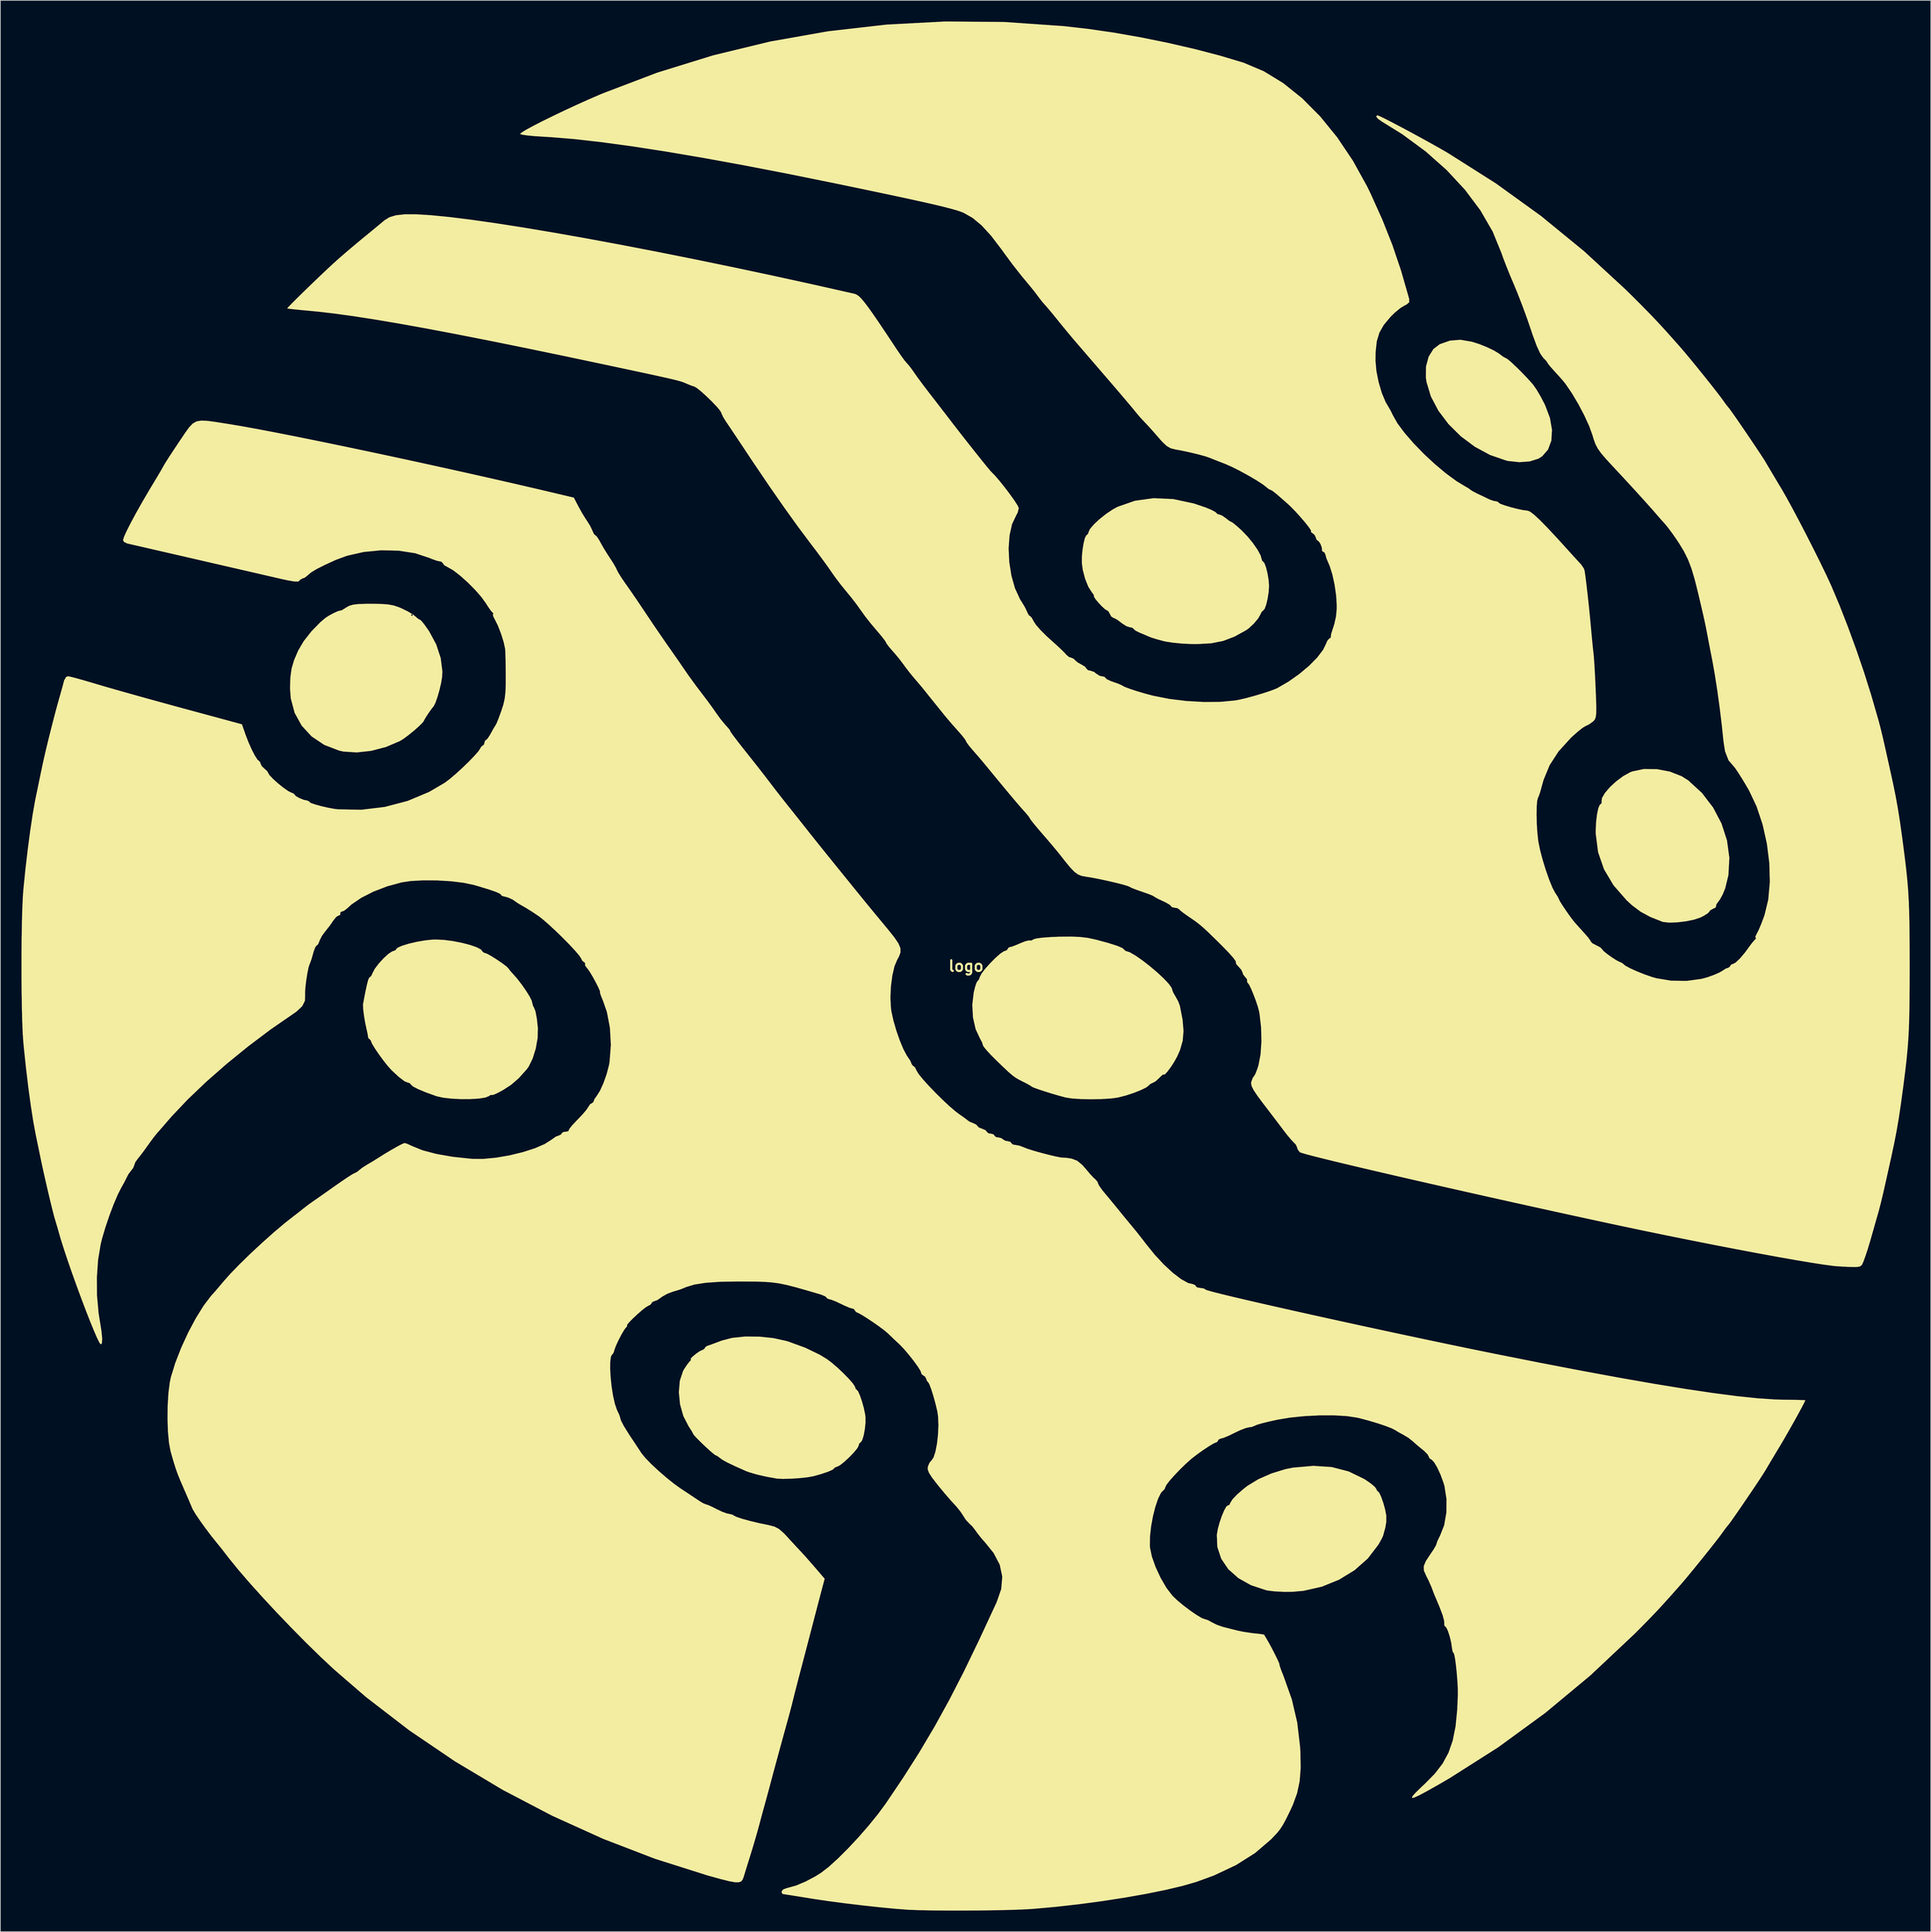
<source format=kicad_pcb>
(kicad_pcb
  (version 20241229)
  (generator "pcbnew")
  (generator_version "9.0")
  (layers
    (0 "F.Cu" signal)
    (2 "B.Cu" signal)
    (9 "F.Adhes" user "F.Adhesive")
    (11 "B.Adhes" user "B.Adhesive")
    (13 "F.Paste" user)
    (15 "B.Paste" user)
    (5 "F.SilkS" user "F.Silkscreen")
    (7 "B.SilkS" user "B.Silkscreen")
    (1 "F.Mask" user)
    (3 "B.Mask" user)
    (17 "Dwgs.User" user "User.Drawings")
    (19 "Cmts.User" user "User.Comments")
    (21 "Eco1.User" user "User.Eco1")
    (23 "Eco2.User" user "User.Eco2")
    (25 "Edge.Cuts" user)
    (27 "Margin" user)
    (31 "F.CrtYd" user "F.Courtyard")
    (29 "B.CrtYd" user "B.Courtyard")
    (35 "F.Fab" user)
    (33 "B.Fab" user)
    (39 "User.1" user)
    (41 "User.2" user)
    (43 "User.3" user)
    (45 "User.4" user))
  (footprint "logo"
    (layer "F.Cu")
    (at 134.215 134.192)
    (property "Reference" "logo" (at 0 0 0) (layer "F.SilkS") (effects (font (size 1.524 1.524) (thickness 0.3))))
    (attr through_hole)
    (fp_poly (pts (xy 71.875 -88.692) (xy 72.922 -88.358) (xy 74.007 -87.923) (xy 74.986 -87.456) (xy 75.674 -87.045) (xy 75.753 -86.985) (xy 76.302 -86.573) (xy 76.678 -86.366) (xy 76.714 -86.36) (xy 77 -86.179) (xy 77.552 -85.701) (xy 78.273 -85.02) (xy 79.065 -84.23) (xy 79.831 -83.428) (xy 80.475 -82.707) (xy 80.567 -82.597) (xy 81.052 -81.904) (xy 81.635 -80.918) (xy 82.201 -79.835) (xy 82.275 -79.68) (xy 82.959 -77.864) (xy 83.251 -76.168) (xy 83.16 -74.655) (xy 82.694 -73.387) (xy 81.861 -72.425) (xy 81.326 -72.088) (xy 80.1 -71.702) (xy 78.605 -71.588) (xy 77.034 -71.757) (xy 76.724 -71.827) (xy 74.452 -72.612) (xy 72.287 -73.783) (xy 70.297 -75.268) (xy 68.549 -76.999) (xy 67.11 -78.907) (xy 66.048 -80.92) (xy 65.429 -82.971) (xy 65.338 -83.604) (xy 65.357 -85.181) (xy 65.728 -86.567) (xy 66.411 -87.662) (xy 67.305 -88.341) (xy 68.762 -88.853) (xy 70.241 -88.97) (xy 71.875 -88.692)) (stroke (width 0.01) (type solid)) (fill yes) (layer "F.SilkS"))
    (fp_poly (pts (xy 98.146 -27.98) (xy 99.997 -27.627) (xy 101.683 -26.966) (xy 102.613 -26.38) (xy 104.564 -24.587) (xy 106.149 -22.517) (xy 107.342 -20.242) (xy 108.118 -17.837) (xy 108.452 -15.376) (xy 108.318 -12.932) (xy 107.864 -11.06) (xy 107.505 -10.18) (xy 107.096 -9.438) (xy 106.918 -9.204) (xy 106.599 -8.757) (xy 106.564 -8.494) (xy 106.477 -8.306) (xy 106.165 -8.161) (xy 105.723 -7.924) (xy 105.611 -7.742) (xy 105.389 -7.502) (xy 104.82 -7.148) (xy 104.341 -6.906) (xy 103.431 -6.599) (xy 102.259 -6.362) (xy 101.012 -6.215) (xy 99.873 -6.18) (xy 99.029 -6.276) (xy 98.926 -6.307) (xy 97.226 -6.985) (xy 95.865 -7.718) (xy 94.651 -8.624) (xy 93.852 -9.358) (xy 91.991 -11.491) (xy 90.644 -13.762) (xy 89.807 -16.182) (xy 89.476 -18.76) (xy 89.471 -19.384) (xy 89.53 -20.548) (xy 89.662 -21.606) (xy 89.842 -22.437) (xy 90.048 -22.92) (xy 90.161 -22.994) (xy 90.323 -23.186) (xy 90.297 -23.328) (xy 90.36 -23.879) (xy 90.791 -24.611) (xy 91.498 -25.433) (xy 92.389 -26.254) (xy 93.372 -26.983) (xy 94.354 -27.528) (xy 94.653 -27.648) (xy 96.306 -27.996) (xy 98.146 -27.98)) (stroke (width 0.01) (type solid)) (fill yes) (layer "F.SilkS"))
    (fp_poly (pts (xy 51.972 71.171) (xy 54.364 71.792) (xy 56.572 72.864) (xy 56.737 72.966) (xy 57.511 73.499) (xy 58.064 73.966) (xy 58.275 74.262) (xy 58.422 74.573) (xy 58.501 74.596) (xy 58.716 74.832) (xy 58.994 75.439) (xy 59.284 76.266) (xy 59.534 77.164) (xy 59.692 77.98) (xy 59.703 78.072) (xy 59.702 78.98) (xy 59.562 79.809) (xy 59.374 80.462) (xy 59.265 80.883) (xy 59.101 81.261) (xy 58.752 81.899) (xy 58.561 82.22) (xy 57.086 84.147) (xy 55.208 85.807) (xy 53.007 87.156) (xy 50.567 88.149) (xy 47.971 88.74) (xy 46.415 88.881) (xy 45.132 88.889) (xy 43.873 88.825) (xy 42.861 88.703) (xy 42.645 88.659) (xy 40.489 87.946) (xy 38.681 86.933) (xy 37.256 85.662) (xy 36.251 84.172) (xy 35.701 82.504) (xy 35.634 80.78) (xy 35.772 79.976) (xy 36.023 79.052) (xy 36.339 78.13) (xy 36.672 77.334) (xy 36.976 76.785) (xy 37.203 76.607) (xy 37.234 76.627) (xy 37.417 76.536) (xy 37.554 76.237) (xy 37.886 75.718) (xy 38.57 75.007) (xy 39.506 74.202) (xy 39.972 73.844) (xy 41.527 72.894) (xy 43.399 72.072) (xy 45.372 71.465) (xy 46.452 71.249) (xy 49.35 70.993) (xy 51.972 71.171)) (stroke (width 0.01) (type solid)) (fill yes) (layer "F.SilkS"))
    (fp_poly (pts (xy -83.112 -51.448) (xy -82.106 -51.374) (xy -81.31 -51.222) (xy -80.559 -50.966) (xy -80.211 -50.819) (xy -79.325 -50.383) (xy -78.588 -49.94) (xy -78.262 -49.683) (xy -77.826 -49.313) (xy -77.577 -49.196) (xy -77.341 -48.988) (xy -76.907 -48.44) (xy -76.362 -47.662) (xy -76.271 -47.525) (xy -75.281 -45.68) (xy -74.647 -43.748) (xy -74.412 -41.876) (xy -74.448 -41.079) (xy -74.592 -40.21) (xy -74.831 -39.197) (xy -75.117 -38.203) (xy -75.403 -37.39) (xy -75.642 -36.92) (xy -75.663 -36.897) (xy -75.941 -36.554) (xy -76.333 -36.002) (xy -76.716 -35.424) (xy -76.965 -35.002) (xy -77.002 -34.908) (xy -77.198 -34.613) (xy -77.706 -34.104) (xy -78.406 -33.483) (xy -79.181 -32.85) (xy -79.91 -32.307) (xy -80.439 -31.975) (xy -82.428 -31.129) (xy -84.525 -30.582) (xy -86.584 -30.356) (xy -88.46 -30.476) (xy -89.062 -30.608) (xy -91.197 -31.43) (xy -92.988 -32.63) (xy -94.401 -34.163) (xy -95.401 -35.984) (xy -95.951 -38.049) (xy -96.051 -39.437) (xy -96.007 -40.996) (xy -95.833 -42.258) (xy -95.48 -43.456) (xy -94.898 -44.822) (xy -94.895 -44.827) (xy -94.112 -46.154) (xy -93.01 -47.557) (xy -91.742 -48.854) (xy -91.021 -49.463) (xy -90.529 -49.785) (xy -90.381 -49.864) (xy -78.874 -49.864) (xy -78.74 -49.731) (xy -78.606 -49.864) (xy -78.74 -49.998) (xy -78.874 -49.864) (xy -90.381 -49.864) (xy -89.905 -50.121) (xy -89.32 -50.39) (xy -88.944 -50.51) (xy -88.888 -50.491) (xy -88.687 -50.562) (xy -88.206 -50.854) (xy -88.086 -50.934) (xy -87.636 -51.183) (xy -87.091 -51.342) (xy -86.324 -51.43) (xy -85.212 -51.464) (xy -84.488 -51.467) (xy -83.112 -51.448)) (stroke (width 0.01) (type solid)) (fill yes) (layer "F.SilkS"))
    (fp_poly (pts (xy -29.389 52.637) (xy -27.369 52.85) (xy -25.503 53.263) (xy -25.253 53.34) (xy -22.834 54.222) (xy -20.802 55.205) (xy -19.785 55.821) (xy -19.091 56.338) (xy -18.275 57.041) (xy -17.439 57.83) (xy -16.68 58.606) (xy -16.1 59.269) (xy -15.797 59.722) (xy -15.775 59.808) (xy -15.645 60.13) (xy -15.563 60.158) (xy -15.351 60.395) (xy -15.076 61.011) (xy -14.785 61.86) (xy -14.525 62.798) (xy -14.343 63.68) (xy -14.299 64.024) (xy -14.291 64.847) (xy -14.383 65.773) (xy -14.545 66.648) (xy -14.747 67.32) (xy -14.96 67.637) (xy -14.995 67.644) (xy -15.209 67.863) (xy -15.24 68.067) (xy -15.429 68.457) (xy -15.915 69.057) (xy -16.573 69.744) (xy -17.278 70.397) (xy -17.907 70.896) (xy -18.335 71.118) (xy -18.364 71.12) (xy -18.687 71.243) (xy -18.716 71.322) (xy -18.96 71.537) (xy -19.627 71.83) (xy -20.618 72.163) (xy -21.711 72.468) (xy -22.538 72.615) (xy -23.666 72.735) (xy -24.892 72.815) (xy -26.013 72.843) (xy -26.824 72.805) (xy -26.871 72.799) (xy -28.335 72.539) (xy -29.727 72.221) (xy -30.862 71.887) (xy -31.282 71.726) (xy -32.796 71.051) (xy -33.873 70.538) (xy -34.575 70.157) (xy -34.965 69.876) (xy -34.978 69.864) (xy -35.377 69.567) (xy -35.538 69.516) (xy -35.804 69.344) (xy -36.328 68.901) (xy -36.993 68.296) (xy -37.683 67.638) (xy -38.283 67.038) (xy -38.677 66.605) (xy -38.768 66.459) (xy -38.905 66.179) (xy -39.249 65.628) (xy -39.421 65.37) (xy -40.17 63.912) (xy -40.636 62.251) (xy -40.806 60.536) (xy -40.669 58.913) (xy -40.212 57.53) (xy -40.08 57.292) (xy -39.641 56.627) (xy -39.273 56.166) (xy -39.184 56.085) (xy -39.055 55.905) (xy -39.123 55.884) (xy -39.118 55.751) (xy -38.81 55.436) (xy -38.343 55.054) (xy -37.859 54.72) (xy -37.5 54.548) (xy -37.46 54.543) (xy -37.178 54.377) (xy -37.164 54.307) (xy -36.946 54.041) (xy -36.696 53.928) (xy -36.198 53.756) (xy -35.403 53.462) (xy -34.758 53.215) (xy -33.245 52.817) (xy -31.402 52.625) (xy -29.389 52.637)) (stroke (width 0.01) (type solid)) (fill yes) (layer "F.SilkS"))
    (fp_poly (pts (xy 29.439 -66.341) (xy 32.357 -65.717) (xy 34.023 -65.156) (xy 34.828 -64.82) (xy 35.385 -64.53) (xy 35.56 -64.37) (xy 35.775 -64.186) (xy 35.92 -64.168) (xy 36.368 -64.005) (xy 36.897 -63.634) (xy 37.385 -63.255) (xy 37.688 -63.099) (xy 37.959 -62.93) (xy 38.496 -62.488) (xy 39.145 -61.905) (xy 39.988 -61.033) (xy 40.778 -60.065) (xy 41.43 -59.122) (xy 41.856 -58.329) (xy 41.977 -57.876) (xy 42.094 -57.526) (xy 42.189 -57.484) (xy 42.395 -57.244) (xy 42.622 -56.624) (xy 42.831 -55.776) (xy 42.985 -54.854) (xy 43.046 -54.008) (xy 43.046 -53.989) (xy 42.989 -53.121) (xy 42.843 -52.191) (xy 42.641 -51.348) (xy 42.422 -50.746) (xy 42.23 -50.533) (xy 41.986 -50.312) (xy 41.84 -49.989) (xy 41.501 -49.389) (xy 40.896 -48.666) (xy 40.195 -48.007) (xy 39.806 -47.725) (xy 38.132 -46.804) (xy 36.533 -46.197) (xy 34.836 -45.86) (xy 32.864 -45.747) (xy 32.109 -45.751) (xy 30.78 -45.813) (xy 29.458 -45.938) (xy 28.368 -46.103) (xy 28.074 -46.168) (xy 27.155 -46.416) (xy 26.383 -46.656) (xy 26.068 -46.775) (xy 25.443 -47.043) (xy 24.68 -47.361) (xy 24.665 -47.367) (xy 24.087 -47.655) (xy 23.802 -47.898) (xy 23.796 -47.924) (xy 23.573 -48.093) (xy 23.303 -48.126) (xy 22.784 -48.293) (xy 22.143 -48.703) (xy 22.033 -48.794) (xy 21.45 -49.23) (xy 20.999 -49.454) (xy 20.94 -49.463) (xy 20.613 -49.685) (xy 20.454 -49.998) (xy 20.21 -50.43) (xy 20.026 -50.533) (xy 19.742 -50.702) (xy 19.289 -51.118) (xy 18.794 -51.645) (xy 18.379 -52.147) (xy 18.171 -52.488) (xy 18.181 -52.554) (xy 18.13 -52.768) (xy 17.868 -53.111) (xy 17.37 -53.897) (xy 16.922 -55.015) (xy 16.591 -56.261) (xy 16.459 -57.217) (xy 16.458 -58.094) (xy 16.544 -59.073) (xy 16.691 -60.011) (xy 16.875 -60.762) (xy 17.07 -61.184) (xy 17.148 -61.227) (xy 17.359 -61.441) (xy 17.379 -61.584) (xy 17.59 -62.066) (xy 18.151 -62.732) (xy 18.956 -63.486) (xy 19.898 -64.235) (xy 20.87 -64.886) (xy 21.529 -65.241) (xy 24 -66.103) (xy 26.645 -66.47) (xy 29.439 -66.341)) (stroke (width 0.01) (type solid)) (fill yes) (layer "F.SilkS"))
    (fp_poly (pts (xy -74.211 -3.72) (xy -72.924 -3.553) (xy -71.641 -3.304) (xy -70.47 -3) (xy -69.52 -2.668) (xy -68.9 -2.337) (xy -68.714 -2.074) (xy -68.502 -1.885) (xy -68.382 -1.872) (xy -68.007 -1.727) (xy -67.356 -1.359) (xy -66.58 -0.866) (xy -65.829 -0.349) (xy -65.254 0.094) (xy -65.01 0.349) (xy -64.77 0.679) (xy -64.34 1.152) (xy -63.754 1.819) (xy -63.111 2.658) (xy -62.498 3.541) (xy -62.005 4.335) (xy -61.719 4.911) (xy -61.681 5.076) (xy -61.533 5.65) (xy -61.441 5.796) (xy -61.194 6.391) (xy -60.987 7.466) (xy -60.842 8.823) (xy -60.876 10.205) (xy -61.142 11.709) (xy -61.589 13.141) (xy -62.164 14.306) (xy -62.4 14.632) (xy -63.553 15.916) (xy -64.658 16.874) (xy -65.839 17.634) (xy -66.613 18.044) (xy -67.166 18.285) (xy -67.377 18.308) (xy -67.377 18.308) (xy -67.543 18.294) (xy -67.807 18.473) (xy -68.341 18.68) (xy -69.271 18.819) (xy -70.466 18.889) (xy -71.79 18.892) (xy -73.112 18.826) (xy -74.296 18.692) (xy -75.211 18.49) (xy -75.264 18.472) (xy -76.722 17.944) (xy -77.85 17.476) (xy -78.586 17.096) (xy -78.872 16.831) (xy -78.874 16.815) (xy -79.088 16.597) (xy -79.234 16.577) (xy -79.775 16.366) (xy -80.611 15.73) (xy -81.634 14.779) (xy -82.151 14.206) (xy -82.766 13.43) (xy -83.397 12.571) (xy -83.96 11.746) (xy -84.372 11.073) (xy -84.551 10.67) (xy -84.55 10.628) (xy -84.678 10.43) (xy -84.711 10.427) (xy -84.934 10.214) (xy -84.957 10.093) (xy -85.037 9.587) (xy -85.148 9.091) (xy -85.367 8.086) (xy -85.546 7.028) (xy -85.661 6.096) (xy -85.686 5.465) (xy -85.676 5.379) (xy -85.376 3.81) (xy -85.143 2.709) (xy -84.964 2.016) (xy -84.823 1.671) (xy -84.737 1.604) (xy -84.502 1.382) (xy -84.335 1.003) (xy -84.016 0.393) (xy -83.457 -0.348) (xy -82.778 -1.093) (xy -82.1 -1.715) (xy -81.544 -2.087) (xy -81.35 -2.139) (xy -81.037 -2.277) (xy -81.013 -2.358) (xy -80.767 -2.611) (xy -80.112 -2.897) (xy -79.166 -3.186) (xy -78.052 -3.447) (xy -76.889 -3.649) (xy -75.798 -3.763) (xy -75.393 -3.777) (xy -74.211 -3.72)) (stroke (width 0.01) (type solid)) (fill yes) (layer "F.SilkS"))
    (fp_poly (pts (xy 16.206 -4.137) (xy 17.339 -3.997) (xy 18.451 -3.756) (xy 18.47 -3.751) (xy 20.178 -3.289) (xy 21.427 -2.894) (xy 22.195 -2.576) (xy 22.459 -2.342) (xy 22.459 -2.341) (xy 22.662 -2.142) (xy 22.707 -2.139) (xy 23.251 -1.967) (xy 24.059 -1.502) (xy 25.037 -0.822) (xy 26.092 -0.005) (xy 27.129 0.872) (xy 28.056 1.731) (xy 28.777 2.493) (xy 29.201 3.082) (xy 29.273 3.31) (xy 29.415 3.727) (xy 29.753 4.31) (xy 29.754 4.311) (xy 30.151 5.032) (xy 30.378 5.648) (xy 30.759 7.599) (xy 30.895 9.205) (xy 30.779 10.6) (xy 30.404 11.915) (xy 30.015 12.797) (xy 29.597 13.559) (xy 29.118 14.306) (xy 28.655 14.935) (xy 28.286 15.345) (xy 28.088 15.432) (xy 28.074 15.372) (xy 27.918 15.436) (xy 27.534 15.797) (xy 27.441 15.895) (xy 26.938 16.356) (xy 26.548 16.574) (xy 26.519 16.577) (xy 26.129 16.775) (xy 26.015 16.914) (xy 25.615 17.226) (xy 24.836 17.611) (xy 23.816 18.015) (xy 22.695 18.383) (xy 21.611 18.659) (xy 21.536 18.675) (xy 20.523 18.809) (xy 19.196 18.888) (xy 17.727 18.913) (xy 16.284 18.884) (xy 15.038 18.801) (xy 14.171 18.668) (xy 13.23 18.416) (xy 12.168 18.106) (xy 11.118 17.778) (xy 10.211 17.477) (xy 9.579 17.243) (xy 9.358 17.13) (xy 9.055 16.929) (xy 8.449 16.6) (xy 8.155 16.453) (xy 7.555 16.15) (xy 7.067 15.865) (xy 6.59 15.519) (xy 6.024 15.031) (xy 5.266 14.321) (xy 4.345 13.434) (xy 3.528 12.615) (xy 2.881 11.911) (xy 2.487 11.417) (xy 2.406 11.251) (xy 2.27 10.814) (xy 1.996 10.317) (xy 1.363 8.957) (xy 0.986 7.291) (xy 0.888 5.493) (xy 1.092 3.74) (xy 1.099 3.709) (xy 1.311 2.879) (xy 1.509 2.311) (xy 1.63 2.139) (xy 1.827 1.914) (xy 1.971 1.511) (xy 2.231 1.023) (xy 2.761 0.337) (xy 3.45 -0.432) (xy 4.188 -1.171) (xy 4.864 -1.766) (xy 5.369 -2.102) (xy 5.504 -2.139) (xy 5.845 -2.291) (xy 5.882 -2.406) (xy 6.088 -2.664) (xy 6.164 -2.674) (xy 6.556 -2.778) (xy 7.239 -3.042) (xy 7.661 -3.227) (xy 8.385 -3.517) (xy 8.894 -3.648) (xy 9.025 -3.63) (xy 9.324 -3.646) (xy 9.54 -3.783) (xy 9.958 -3.917) (xy 10.816 -4.034) (xy 12.017 -4.125) (xy 13.195 -4.172) (xy 14.881 -4.191) (xy 16.206 -4.137)) (stroke (width 0.01) (type solid)) (fill yes) (layer "F.SilkS"))
    (fp_poly (pts (xy 5.476 -134.115) (xy 13.892 -133.526) (xy 17.379 -133.129) (xy 21.027 -132.6) (xy 24.863 -131.926) (xy 28.745 -131.136) (xy 32.53 -130.263) (xy 36.077 -129.337) (xy 39.244 -128.389) (xy 39.494 -128.307) (xy 42.301 -127.119) (xy 45.063 -125.432) (xy 47.744 -123.281) (xy 50.312 -120.702) (xy 52.732 -117.729) (xy 54.969 -114.399) (xy 56.989 -110.747) (xy 57.471 -109.755) (xy 59.154 -106.018) (xy 60.566 -102.456) (xy 61.791 -98.842) (xy 62.91 -94.95) (xy 62.963 -94.751) (xy 62.955 -94.295) (xy 62.561 -93.965) (xy 62.314 -93.853) (xy 61.709 -93.482) (xy 60.942 -92.852) (xy 60.298 -92.221) (xy 59.359 -91.094) (xy 58.728 -89.988) (xy 58.355 -88.756) (xy 58.191 -87.253) (xy 58.175 -85.959) (xy 58.301 -84.527) (xy 58.617 -82.952) (xy 59.067 -81.428) (xy 59.601 -80.15) (xy 59.875 -79.676) (xy 60.329 -78.896) (xy 60.637 -78.263) (xy 61.284 -77.113) (xy 62.292 -75.757) (xy 63.574 -74.28) (xy 65.043 -72.767) (xy 66.613 -71.306) (xy 68.197 -69.98) (xy 69.708 -68.875) (xy 70.864 -68.178) (xy 71.394 -67.869) (xy 71.655 -67.671) (xy 71.961 -67.469) (xy 72.572 -67.15) (xy 72.858 -67.013) (xy 73.633 -66.647) (xy 74.264 -66.342) (xy 74.392 -66.278) (xy 74.995 -66.072) (xy 75.261 -66.04) (xy 75.619 -65.928) (xy 75.665 -65.832) (xy 75.902 -65.674) (xy 76.513 -65.45) (xy 77.348 -65.199) (xy 78.259 -64.963) (xy 79.094 -64.784) (xy 79.705 -64.702) (xy 79.767 -64.701) (xy 80.125 -64.565) (xy 80.694 -64.136) (xy 81.502 -63.39) (xy 82.574 -62.3) (xy 83.938 -60.841) (xy 85.157 -59.501) (xy 85.98 -58.591) (xy 86.701 -57.797) (xy 87.226 -57.224) (xy 87.419 -57.017) (xy 87.78 -56.477) (xy 87.883 -56.177) (xy 88.002 -55.353) (xy 88.155 -54.134) (xy 88.325 -52.656) (xy 88.498 -51.056) (xy 88.658 -49.469) (xy 88.77 -48.26) (xy 88.889 -46.955) (xy 89.005 -45.753) (xy 89.104 -44.811) (xy 89.155 -44.383) (xy 89.211 -43.788) (xy 89.279 -42.78) (xy 89.353 -41.48) (xy 89.426 -40.009) (xy 89.455 -39.351) (xy 89.517 -37.779) (xy 89.544 -36.653) (xy 89.531 -35.884) (xy 89.469 -35.384) (xy 89.354 -35.064) (xy 89.177 -34.836) (xy 89.11 -34.771) (xy 88.498 -34.327) (xy 88.051 -34.117) (xy 87.611 -33.857) (xy 86.927 -33.319) (xy 86.127 -32.607) (xy 85.923 -32.413) (xy 84.187 -30.504) (xy 82.916 -28.544) (xy 82.042 -26.423) (xy 81.796 -25.534) (xy 81.571 -24.714) (xy 81.358 -24.106) (xy 81.267 -23.929) (xy 81.149 -23.497) (xy 81.08 -22.663) (xy 81.061 -21.557) (xy 81.088 -20.311) (xy 81.162 -19.055) (xy 81.281 -17.919) (xy 81.321 -17.646) (xy 81.566 -16.45) (xy 81.934 -15.062) (xy 82.377 -13.624) (xy 82.85 -12.276) (xy 83.305 -11.161) (xy 83.697 -10.417) (xy 83.719 -10.386) (xy 84.065 -9.856) (xy 84.22 -9.539) (xy 84.221 -9.531) (xy 84.365 -9.227) (xy 84.736 -8.63) (xy 85.241 -7.876) (xy 85.787 -7.102) (xy 86.282 -6.444) (xy 86.488 -6.194) (xy 87.012 -5.603) (xy 87.673 -4.873) (xy 87.897 -4.63) (xy 88.408 -4.037) (xy 88.721 -3.597) (xy 88.766 -3.481) (xy 88.987 -3.247) (xy 89.522 -2.961) (xy 89.568 -2.941) (xy 90.119 -2.653) (xy 90.369 -2.406) (xy 90.371 -2.393) (xy 90.575 -2.14) (xy 91.085 -1.724) (xy 91.745 -1.251) (xy 92.401 -0.831) (xy 92.897 -0.571) (xy 93.035 -0.535) (xy 93.349 -0.339) (xy 93.356 -0.323) (xy 93.669 -0.06) (xy 94.361 0.313) (xy 95.303 0.741) (xy 96.366 1.167) (xy 97.422 1.535) (xy 98.078 1.726) (xy 100.192 2.077) (xy 102.415 2.103) (xy 104.526 1.81) (xy 105.366 1.579) (xy 106.311 1.237) (xy 107.089 0.893) (xy 107.503 0.644) (xy 107.987 0.334) (xy 108.238 0.267) (xy 108.534 0.089) (xy 108.552 0) (xy 108.763 -0.248) (xy 108.887 -0.267) (xy 109.323 -0.482) (xy 109.95 -1.066) (xy 110.685 -1.934) (xy 111.225 -2.674) (xy 111.691 -3.305) (xy 112.071 -3.74) (xy 112.148 -3.806) (xy 112.27 -3.985) (xy 112.197 -4.006) (xy 112.152 -4.196) (xy 112.359 -4.612) (xy 112.633 -5.149) (xy 113 -6.023) (xy 113.389 -7.063) (xy 113.459 -7.264) (xy 113.987 -9.447) (xy 114.208 -11.94) (xy 114.138 -14.629) (xy 113.791 -17.394) (xy 113.181 -20.121) (xy 112.323 -22.691) (xy 111.263 -24.931) (xy 110.724 -25.861) (xy 110.156 -26.795) (xy 109.639 -27.604) (xy 109.254 -28.165) (xy 109.104 -28.341) (xy 108.342 -29.228) (xy 107.848 -30.501) (xy 107.627 -31.885) (xy 107.39 -34.189) (xy 107.087 -36.675) (xy 106.743 -39.167) (xy 106.381 -41.488) (xy 106.027 -43.464) (xy 106.004 -43.581) (xy 105.76 -44.819) (xy 105.515 -46.089) (xy 105.331 -47.057) (xy 105.178 -47.861) (xy 105.021 -48.634) (xy 104.834 -49.494) (xy 104.591 -50.561) (xy 104.265 -51.952) (xy 104 -53.073) (xy 103.523 -54.975) (xy 103.07 -56.488) (xy 102.587 -57.75) (xy 102.017 -58.901) (xy 101.305 -60.078) (xy 100.987 -60.559) (xy 100.35 -61.471) (xy 99.735 -62.295) (xy 99.293 -62.832) (xy 98.658 -63.539) (xy 98.112 -64.168) (xy 97.479 -64.895) (xy 96.567 -65.915) (xy 95.464 -67.132) (xy 94.259 -68.449) (xy 93.039 -69.77) (xy 91.975 -70.911) (xy 90.962 -72.006) (xy 90.25 -72.836) (xy 89.764 -73.515) (xy 89.428 -74.159) (xy 89.168 -74.88) (xy 89.016 -75.398) (xy 88.553 -76.689) (xy 87.847 -78.232) (xy 86.987 -79.863) (xy 86.063 -81.416) (xy 85.165 -82.725) (xy 84.817 -83.162) (xy 84.402 -83.633) (xy 83.805 -84.292) (xy 83.521 -84.6) (xy 83 -85.187) (xy 82.674 -85.604) (xy 82.617 -85.713) (xy 82.442 -85.972) (xy 82.018 -86.411) (xy 81.988 -86.44) (xy 81.58 -87.03) (xy 81.085 -88.109) (xy 80.516 -89.639) (xy 80.265 -90.392) (xy 79.698 -92.045) (xy 79.022 -93.885) (xy 78.33 -95.659) (xy 77.853 -96.808) (xy 77.287 -98.15) (xy 76.753 -99.472) (xy 76.315 -100.61) (xy 76.06 -101.333) (xy 74.822 -104.358) (xy 73.089 -107.354) (xy 70.899 -110.277) (xy 68.292 -113.084) (xy 65.307 -115.732) (xy 61.982 -118.179) (xy 59.155 -119.933) (xy 58.557 -120.344) (xy 58.279 -120.676) (xy 58.383 -120.844) (xy 58.464 -120.851) (xy 58.785 -120.727) (xy 59.491 -120.386) (xy 60.499 -119.871) (xy 61.729 -119.226) (xy 63.097 -118.495) (xy 64.522 -117.722) (xy 65.923 -116.95) (xy 67.217 -116.223) (xy 68.322 -115.586) (xy 68.515 -115.472) (xy 75.27 -111.192) (xy 81.681 -106.569) (xy 87.819 -101.547) (xy 93.758 -96.07) (xy 94.924 -94.918) (xy 96.213 -93.624) (xy 97.289 -92.525) (xy 98.268 -91.494) (xy 99.269 -90.406) (xy 100.409 -89.135) (xy 101.469 -87.939) (xy 102.105 -87.198) (xy 102.941 -86.193) (xy 103.895 -85.028) (xy 104.884 -83.803) (xy 105.828 -82.62) (xy 106.643 -81.583) (xy 107.247 -80.793) (xy 107.476 -80.478) (xy 107.913 -79.868) (xy 108.227 -79.467) (xy 108.284 -79.408) (xy 108.499 -79.136) (xy 108.949 -78.508) (xy 109.573 -77.614) (xy 110.309 -76.545) (xy 111.097 -75.389) (xy 111.875 -74.236) (xy 112.582 -73.178) (xy 113.158 -72.302) (xy 113.541 -71.699) (xy 113.61 -71.582) (xy 113.941 -71.02) (xy 114.474 -70.122) (xy 115.137 -69.01) (xy 115.857 -67.808) (xy 115.875 -67.778) (xy 116.56 -66.587) (xy 117.416 -65.023) (xy 118.384 -63.2) (xy 119.406 -61.23) (xy 120.427 -59.223) (xy 121.387 -57.293) (xy 122.229 -55.552) (xy 122.896 -54.111) (xy 122.942 -54.008) (xy 124.09 -51.294) (xy 125.287 -48.231) (xy 126.47 -44.996) (xy 127.577 -41.763) (xy 128.543 -38.708) (xy 128.84 -37.699) (xy 129.152 -36.614) (xy 129.437 -35.627) (xy 129.636 -34.936) (xy 129.649 -34.892) (xy 129.923 -33.857) (xy 130.267 -32.434) (xy 130.648 -30.76) (xy 130.724 -30.413) (xy 130.952 -29.382) (xy 131.198 -28.28) (xy 131.244 -28.074) (xy 131.704 -25.982) (xy 132.078 -24.147) (xy 132.395 -22.392) (xy 132.689 -20.537) (xy 132.99 -18.403) (xy 133.127 -17.379) (xy 133.377 -15.435) (xy 133.579 -13.736) (xy 133.738 -12.189) (xy 133.859 -10.7) (xy 133.946 -9.173) (xy 134.006 -7.515) (xy 134.043 -5.631) (xy 134.062 -3.427) (xy 134.068 -0.809) (xy 134.069 0) (xy 134.065 2.749) (xy 134.05 5.058) (xy 134.018 7.021) (xy 133.965 8.732) (xy 133.886 10.286) (xy 133.775 11.776) (xy 133.627 13.298) (xy 133.438 14.945) (xy 133.201 16.812) (xy 133.127 17.379) (xy 132.813 19.683) (xy 132.52 21.634) (xy 132.216 23.41) (xy 131.87 25.189) (xy 131.451 27.151) (xy 131.244 28.074) (xy 131.008 29.132) (xy 130.768 30.217) (xy 130.724 30.413) (xy 130.34 32.121) (xy 129.986 33.604) (xy 129.695 34.726) (xy 129.649 34.892) (xy 129.462 35.543) (xy 129.187 36.511) (xy 128.879 37.596) (xy 128.849 37.699) (xy 128.433 39.148) (xy 128.102 40.241) (xy 127.804 41.14) (xy 127.502 41.977) (xy 127.298 42.432) (xy 127.019 42.666) (xy 126.508 42.744) (xy 125.698 42.736) (xy 124.654 42.692) (xy 123.669 42.628) (xy 123.257 42.59) (xy 121.915 42.413) (xy 120.108 42.134) (xy 117.895 41.763) (xy 115.332 41.31) (xy 112.479 40.787) (xy 109.392 40.205) (xy 106.13 39.574) (xy 102.75 38.906) (xy 99.31 38.211) (xy 95.869 37.501) (xy 92.483 36.785) (xy 92.242 36.734) (xy 88.755 35.982) (xy 85.182 35.205) (xy 81.561 34.41) (xy 77.93 33.607) (xy 74.329 32.804) (xy 70.795 32.01) (xy 67.368 31.234) (xy 64.085 30.486) (xy 60.985 29.773) (xy 58.107 29.104) (xy 55.489 28.489) (xy 53.17 27.937) (xy 51.189 27.456) (xy 49.582 27.054) (xy 48.391 26.742) (xy 47.652 26.527) (xy 47.411 26.431) (xy 47.099 25.995) (xy 47.057 25.801) (xy 46.869 25.371) (xy 46.615 25.099) (xy 46.221 24.693) (xy 45.653 24.017) (xy 45.169 23.395) (xy 44.581 22.617) (xy 43.785 21.569) (xy 42.899 20.407) (xy 42.265 19.579) (xy 41.422 18.452) (xy 40.88 17.646) (xy 40.589 17.075) (xy 40.504 16.654) (xy 40.532 16.435) (xy 40.738 15.879) (xy 40.919 15.634) (xy 41.111 15.319) (xy 41.369 14.655) (xy 41.553 14.075) (xy 41.847 12.555) (xy 41.971 10.715) (xy 41.926 8.742) (xy 41.708 6.823) (xy 41.634 6.417) (xy 41.459 5.755) (xy 41.172 4.902) (xy 40.829 3.999) (xy 40.488 3.188) (xy 40.204 2.61) (xy 40.04 2.406) (xy 39.919 2.244) (xy 39.953 2.169) (xy 39.9 1.829) (xy 39.701 1.602) (xy 39.364 1.169) (xy 39.303 0.944) (xy 39.121 0.535) (xy 38.767 0.132) (xy 38.411 -0.258) (xy 38.344 -0.467) (xy 38.313 -0.701) (xy 37.965 -1.188) (xy 37.277 -1.957) (xy 36.223 -3.036) (xy 35.654 -3.6) (xy 34.635 -4.597) (xy 33.874 -5.316) (xy 33.252 -5.857) (xy 32.65 -6.322) (xy 31.95 -6.812) (xy 31.544 -7.085) (xy 30.859 -7.569) (xy 30.385 -7.948) (xy 30.257 -8.088) (xy 29.951 -8.255) (xy 29.656 -8.288) (xy 29.233 -8.383) (xy 29.143 -8.504) (xy 28.92 -8.73) (xy 28.356 -9.053) (xy 28.007 -9.216) (xy 27.301 -9.546) (xy 26.827 -9.807) (xy 26.737 -9.879) (xy 26.43 -10.044) (xy 25.765 -10.306) (xy 24.999 -10.57) (xy 24.143 -10.867) (xy 23.511 -11.117) (xy 23.261 -11.253) (xy 22.944 -11.389) (xy 22.228 -11.598) (xy 21.237 -11.85) (xy 20.096 -12.115) (xy 18.932 -12.365) (xy 17.869 -12.571) (xy 17.06 -12.7) (xy 16.432 -12.814) (xy 15.904 -13.024) (xy 15.384 -13.405) (xy 14.784 -14.031) (xy 14.01 -14.977) (xy 13.502 -15.63) (xy 12.969 -16.293) (xy 12.208 -17.206) (xy 11.343 -18.219) (xy 10.895 -18.734) (xy 10.143 -19.609) (xy 9.545 -20.332) (xy 9.174 -20.811) (xy 9.091 -20.953) (xy 8.925 -21.225) (xy 8.507 -21.731) (xy 8.279 -21.983) (xy 7.716 -22.618) (xy 6.866 -23.612) (xy 5.777 -24.911) (xy 4.495 -26.456) (xy 3.068 -28.192) (xy 2.749 -28.583) (xy 2.119 -29.334) (xy 1.362 -30.211) (xy 1.003 -30.618) (xy 0.454 -31.268) (xy 0.089 -31.766) (xy 0 -31.953) (xy -0.168 -32.245) (xy -0.604 -32.799) (xy -1.136 -33.405) (xy -1.948 -34.319) (xy -2.786 -35.3) (xy -3.208 -35.814) (xy -3.884 -36.653) (xy -4.544 -37.472) (xy -4.813 -37.803) (xy -5.362 -38.486) (xy -5.832 -39.08) (xy -5.882 -39.144) (xy -6.289 -39.643) (xy -6.882 -40.342) (xy -7.237 -40.752) (xy -7.935 -41.591) (xy -8.6 -42.453) (xy -8.834 -42.779) (xy -9.421 -43.563) (xy -10.143 -44.433) (xy -10.42 -44.743) (xy -10.953 -45.359) (xy -11.295 -45.819) (xy -11.363 -45.964) (xy -11.528 -46.243) (xy -11.964 -46.808) (xy -12.587 -47.552) (xy -12.753 -47.743) (xy -13.561 -48.704) (xy -14.346 -49.704) (xy -14.939 -50.527) (xy -14.943 -50.533) (xy -15.555 -51.391) (xy -16.337 -52.402) (xy -16.984 -53.188) (xy -17.79 -54.177) (xy -18.605 -55.252) (xy -19.127 -55.996) (xy -19.652 -56.752) (xy -20.404 -57.788) (xy -21.278 -58.965) (xy -22.112 -60.062) (xy -23.88 -62.423) (xy -25.864 -65.186) (xy -28.021 -68.286) (xy -30.303 -71.659) (xy -31.073 -72.816) (xy -31.933 -74.11) (xy -32.743 -75.326) (xy -33.433 -76.356) (xy -33.933 -77.095) (xy -34.081 -77.312) (xy -34.494 -77.968) (xy -34.734 -78.463) (xy -34.758 -78.572) (xy -34.945 -78.911) (xy -35.433 -79.491) (xy -36.116 -80.206) (xy -36.886 -80.954) (xy -37.634 -81.629) (xy -38.255 -82.128) (xy -38.639 -82.347) (xy -38.663 -82.349) (xy -38.992 -82.448) (xy -39.585 -82.689) (xy -39.664 -82.724) (xy -39.938 -82.843) (xy -40.221 -82.953) (xy -40.567 -83.066) (xy -41.028 -83.195) (xy -41.656 -83.352) (xy -42.504 -83.549) (xy -43.624 -83.798) (xy -45.07 -84.113) (xy -46.893 -84.504) (xy -49.146 -84.985) (xy -51.201 -85.423) (xy -57.265 -86.704) (xy -62.832 -87.857) (xy -67.923 -88.887) (xy -72.56 -89.798) (xy -76.764 -90.593) (xy -80.556 -91.276) (xy -83.958 -91.851) (xy -86.99 -92.322) (xy -89.676 -92.693) (xy -92.034 -92.968) (xy -93.044 -93.066) (xy -94.315 -93.184) (xy -95.375 -93.29) (xy -96.119 -93.373) (xy -96.445 -93.422) (xy -96.45 -93.425) (xy -96.293 -93.621) (xy -95.814 -94.118) (xy -95.084 -94.849) (xy -94.168 -95.749) (xy -93.137 -96.75) (xy -92.057 -97.786) (xy -90.997 -98.792) (xy -90.024 -99.7) (xy -89.834 -99.876) (xy -89.011 -100.609) (xy -87.928 -101.546) (xy -86.737 -102.552) (xy -85.825 -103.307) (xy -84.775 -104.169) (xy -83.818 -104.958) (xy -83.063 -105.583) (xy -82.631 -105.945) (xy -81.939 -106.376) (xy -81.013 -106.657) (xy -79.781 -106.794) (xy -78.173 -106.798) (xy -76.115 -106.674) (xy -76.078 -106.671) (xy -73.447 -106.413) (xy -70.339 -106.029) (xy -66.791 -105.524) (xy -62.844 -104.908) (xy -58.538 -104.186) (xy -53.91 -103.366) (xy -49.002 -102.456) (xy -43.852 -101.462) (xy -38.5 -100.393) (xy -32.985 -99.255) (xy -27.347 -98.056) (xy -21.624 -96.803) (xy -15.876 -95.508) (xy -15.595 -95.409) (xy -15.29 -95.212) (xy -14.93 -94.873) (xy -14.478 -94.346) (xy -13.903 -93.589) (xy -13.169 -92.556) (xy -12.244 -91.203) (xy -11.093 -89.485) (xy -9.818 -87.563) (xy -9.249 -86.73) (xy -8.763 -86.062) (xy -8.459 -85.699) (xy -8.452 -85.692) (xy -8.097 -85.295) (xy -7.647 -84.696) (xy -7.616 -84.651) (xy -6.939 -83.686) (xy -6.202 -82.683) (xy -5.29 -81.488) (xy -4.813 -80.873) (xy -4.006 -79.832) (xy -3.14 -78.709) (xy -2.54 -77.927) (xy -1.638 -76.754) (xy -0.655 -75.489) (xy 0.351 -74.208) (xy 1.32 -72.984) (xy 2.191 -71.894) (xy 2.905 -71.012) (xy 3.402 -70.414) (xy 3.61 -70.184) (xy 4.116 -69.67) (xy 4.773 -68.904) (xy 5.5 -67.995) (xy 6.217 -67.051) (xy 6.84 -66.179) (xy 7.29 -65.486) (xy 7.484 -65.081) (xy 7.486 -65.058) (xy 7.337 -64.437) (xy 7.122 -64.027) (xy 6.53 -62.781) (xy 6.173 -61.18) (xy 6.044 -59.347) (xy 6.134 -57.404) (xy 6.437 -55.474) (xy 6.944 -53.679) (xy 7.648 -52.141) (xy 7.88 -51.772) (xy 8.327 -51.042) (xy 8.643 -50.398) (xy 8.681 -50.293) (xy 8.908 -49.847) (xy 9.076 -49.731) (xy 9.318 -49.51) (xy 9.604 -48.979) (xy 9.614 -48.956) (xy 9.949 -48.451) (xy 10.591 -47.721) (xy 11.431 -46.884) (xy 11.986 -46.379) (xy 12.872 -45.584) (xy 13.611 -44.89) (xy 14.106 -44.39) (xy 14.251 -44.213) (xy 14.654 -43.885) (xy 14.839 -43.848) (xy 15.308 -43.647) (xy 15.427 -43.509) (xy 15.816 -43.159) (xy 16.376 -42.846) (xy 16.899 -42.535) (xy 17.112 -42.25) (xy 17.334 -42.023) (xy 17.614 -41.977) (xy 18.204 -41.783) (xy 18.448 -41.576) (xy 18.976 -41.233) (xy 19.283 -41.175) (xy 19.7 -41.075) (xy 19.785 -40.95) (xy 20.015 -40.741) (xy 20.597 -40.474) (xy 20.922 -40.36) (xy 21.639 -40.107) (xy 22.112 -39.901) (xy 22.192 -39.847) (xy 22.547 -39.657) (xy 23.292 -39.376) (xy 24.296 -39.046) (xy 25.43 -38.709) (xy 26.566 -38.409) (xy 26.603 -38.4) (xy 28.867 -37.954) (xy 31.317 -37.656) (xy 33.792 -37.514) (xy 36.133 -37.535) (xy 38.178 -37.727) (xy 38.712 -37.819) (xy 39.722 -38.051) (xy 40.926 -38.375) (xy 42.159 -38.742) (xy 43.256 -39.102) (xy 44.049 -39.405) (xy 44.208 -39.479) (xy 45.809 -40.405) (xy 47.352 -41.494) (xy 48.748 -42.666) (xy 49.905 -43.839) (xy 50.734 -44.933) (xy 51.087 -45.653) (xy 51.346 -46.237) (xy 51.597 -46.518) (xy 51.623 -46.522) (xy 51.83 -46.682) (xy 51.827 -46.723) (xy 51.867 -47.129) (xy 51.923 -47.324) (xy 52.338 -48.629) (xy 52.57 -49.678) (xy 52.663 -50.7) (xy 52.672 -51.22) (xy 52.59 -52.624) (xy 52.369 -54.162) (xy 52.048 -55.638) (xy 51.665 -56.857) (xy 51.495 -57.244) (xy 51.206 -57.919) (xy 51.069 -58.426) (xy 51.067 -58.461) (xy 50.909 -58.79) (xy 50.8 -58.821) (xy 50.581 -58.97) (xy 50.586 -59.022) (xy 50.55 -59.468) (xy 50.347 -60.004) (xy 50.086 -60.377) (xy 49.98 -60.425) (xy 49.757 -60.641) (xy 49.731 -60.813) (xy 49.523 -61.256) (xy 49.263 -61.473) (xy 48.984 -61.692) (xy 49.028 -61.754) (xy 48.991 -61.936) (xy 48.665 -62.41) (xy 48.131 -63.08) (xy 47.469 -63.852) (xy 46.76 -64.63) (xy 46.085 -65.318) (xy 45.746 -65.633) (xy 44.727 -66.532) (xy 44.035 -67.127) (xy 43.599 -67.471) (xy 43.352 -67.623) (xy 43.266 -67.644) (xy 42.945 -67.81) (xy 42.731 -67.995) (xy 42.176 -68.429) (xy 41.271 -69.013) (xy 40.151 -69.671) (xy 38.952 -70.328) (xy 37.807 -70.906) (xy 36.851 -71.33) (xy 36.763 -71.365) (xy 35.831 -71.723) (xy 35.037 -72.037) (xy 34.624 -72.206) (xy 33.975 -72.427) (xy 32.973 -72.701) (xy 31.794 -72.985) (xy 30.612 -73.237) (xy 29.759 -73.391) (xy 29.087 -73.559) (xy 28.507 -73.89) (xy 27.872 -74.488) (xy 27.353 -75.076) (xy 26.609 -75.932) (xy 25.901 -76.719) (xy 25.387 -77.261) (xy 24.739 -77.956) (xy 24.09 -78.725) (xy 24.05 -78.776) (xy 23.668 -79.244) (xy 23.004 -80.035) (xy 22.129 -81.068) (xy 21.11 -82.26) (xy 20.082 -83.455) (xy 18.937 -84.783) (xy 17.815 -86.084) (xy 16.802 -87.26) (xy 15.982 -88.212) (xy 15.504 -88.766) (xy 14.648 -89.779) (xy 13.69 -90.938) (xy 12.96 -91.841) (xy 12.281 -92.679) (xy 11.682 -93.397) (xy 11.282 -93.852) (xy 11.255 -93.88) (xy 10.794 -94.41) (xy 10.294 -95.061) (xy 9.713 -95.83) (xy 9.175 -96.498) (xy 7.83 -98.119) (xy 6.655 -99.614) (xy 5.457 -101.233) (xy 5.031 -101.826) (xy 3.566 -103.745) (xy 2.222 -105.212) (xy 0.943 -106.28) (xy -0.328 -107.002) (xy -0.75 -107.171) (xy -1.348 -107.369) (xy -2.149 -107.597) (xy -3.191 -107.865) (xy -4.511 -108.182) (xy -6.147 -108.554) (xy -8.136 -108.992) (xy -10.515 -109.503) (xy -13.322 -110.095) (xy -16.595 -110.778) (xy -18.716 -111.218) (xy -25.365 -112.565) (xy -31.571 -113.764) (xy -37.326 -114.814) (xy -42.619 -115.712) (xy -47.441 -116.457) (xy -51.784 -117.049) (xy -55.637 -117.485) (xy -58.993 -117.763) (xy -59.957 -117.819) (xy -61.237 -117.9) (xy -62.297 -117.999) (xy -63.038 -118.104) (xy -63.36 -118.203) (xy -63.366 -118.216) (xy -63.133 -118.429) (xy -62.481 -118.824) (xy -61.481 -119.365) (xy -60.201 -120.02) (xy -58.712 -120.753) (xy -57.085 -121.531) (xy -55.39 -122.318) (xy -53.696 -123.08) (xy -52.074 -123.784) (xy -51.643 -123.965) (xy -43.886 -126.916) (xy -35.944 -129.374) (xy -27.849 -131.334) (xy -19.629 -132.792) (xy -11.314 -133.744) (xy -2.936 -134.187) (xy 5.476 -134.115)) (stroke (width 0.01) (type solid)) (fill yes) (layer "F.SilkS"))
    (fp_poly (pts (xy -107.72 -77.446) (xy -106.464 -77.272) (xy -104.808 -77.01) (xy -102.959 -76.701) (xy -100.645 -76.281) (xy -97.923 -75.761) (xy -94.847 -75.153) (xy -91.475 -74.469) (xy -87.862 -73.72) (xy -84.063 -72.92) (xy -80.135 -72.078) (xy -76.133 -71.208) (xy -72.113 -70.321) (xy -68.131 -69.428) (xy -64.243 -68.543) (xy -60.504 -67.676) (xy -58.68 -67.246) (xy -55.731 -66.547) (xy -55.08 -65.291) (xy -54.575 -64.38) (xy -54.049 -63.526) (xy -53.849 -63.233) (xy -53.402 -62.52) (xy -53.099 -61.87) (xy -53.086 -61.829) (xy -52.867 -61.363) (xy -52.696 -61.227) (xy -52.457 -61.012) (xy -52.107 -60.471) (xy -51.978 -60.231) (xy -51.513 -59.403) (xy -50.919 -58.445) (xy -50.64 -58.026) (xy -50.138 -57.249) (xy -49.756 -56.582) (xy -49.633 -56.314) (xy -49.39 -55.847) (xy -48.93 -55.114) (xy -48.376 -54.309) (xy -47.696 -53.342) (xy -46.881 -52.157) (xy -46.091 -50.986) (xy -45.967 -50.8) (xy -44.327 -48.354) (xy -42.761 -46.074) (xy -41.787 -44.683) (xy -41.191 -43.831) (xy -40.665 -43.071) (xy -40.373 -42.64) (xy -39.46 -41.317) (xy -38.361 -39.806) (xy -37.298 -38.406) (xy -36.592 -37.472) (xy -35.899 -36.515) (xy -35.517 -35.961) (xy -34.913 -35.125) (xy -34.274 -34.343) (xy -34.103 -34.156) (xy -33.687 -33.69) (xy -33.519 -33.436) (xy -33.532 -33.421) (xy -33.425 -33.226) (xy -33.039 -32.691) (xy -32.433 -31.893) (xy -31.662 -30.909) (xy -31.47 -30.667) (xy -30.58 -29.547) (xy -29.75 -28.496) (xy -29.07 -27.629) (xy -28.627 -27.058) (xy -28.608 -27.034) (xy -27.181 -25.168) (xy -25.975 -23.621) (xy -25.263 -22.726) (xy -24.645 -21.953) (xy -23.839 -20.94) (xy -22.988 -19.867) (xy -22.712 -19.518) (xy -22.081 -18.722) (xy -21.441 -17.918) (xy -20.737 -17.04) (xy -19.916 -16.02) (xy -18.923 -14.79) (xy -17.703 -13.283) (xy -16.201 -11.43) (xy -16.147 -11.363) (xy -15.301 -10.32) (xy -14.609 -9.468) (xy -13.976 -8.695) (xy -13.312 -7.887) (xy -12.521 -6.93) (xy -11.511 -5.711) (xy -11.134 -5.256) (xy -10.206 -4.098) (xy -9.614 -3.226) (xy -9.328 -2.541) (xy -9.316 -1.942) (xy -9.545 -1.329) (xy -9.77 -0.936) (xy -10.17 0.014) (xy -10.478 1.335) (xy -10.678 2.869) (xy -10.751 4.456) (xy -10.678 5.938) (xy -10.613 6.417) (xy -10.331 7.718) (xy -9.916 9.149) (xy -9.423 10.56) (xy -8.906 11.8) (xy -8.419 12.718) (xy -8.27 12.93) (xy -7.904 13.482) (xy -7.754 13.878) (xy -7.58 14.158) (xy -7.509 14.171) (xy -7.253 14.394) (xy -7.038 14.847) (xy -6.746 15.327) (xy -6.142 16.073) (xy -5.31 16.995) (xy -4.34 18.005) (xy -3.317 19.014) (xy -2.33 19.932) (xy -1.464 20.672) (xy -0.981 21.033) (xy -0.313 21.5) (xy 0.153 21.851) (xy 0.267 21.954) (xy 0.604 22.156) (xy 1.003 22.307) (xy 1.469 22.534) (xy 1.604 22.715) (xy 1.831 22.937) (xy 2.273 23.103) (xy 2.773 23.318) (xy 2.941 23.534) (xy 3.165 23.747) (xy 3.476 23.796) (xy 3.91 23.908) (xy 4.011 24.063) (xy 4.234 24.283) (xy 4.529 24.331) (xy 5.041 24.453) (xy 5.214 24.598) (xy 5.591 24.823) (xy 5.898 24.865) (xy 6.324 24.98) (xy 6.417 25.133) (xy 6.641 25.348) (xy 6.965 25.4) (xy 7.608 25.519) (xy 8.235 25.761) (xy 8.771 25.969) (xy 9.628 26.237) (xy 10.665 26.53) (xy 11.744 26.81) (xy 12.726 27.043) (xy 13.469 27.19) (xy 13.832 27.219) (xy 14.208 27.231) (xy 14.871 27.331) (xy 15.013 27.358) (xy 15.785 27.65) (xy 16.528 28.263) (xy 17.009 28.816) (xy 17.611 29.528) (xy 18.121 30.074) (xy 18.372 30.293) (xy 18.684 30.654) (xy 18.716 30.795) (xy 18.877 31.148) (xy 19.29 31.742) (xy 19.647 32.185) (xy 20.354 33.033) (xy 21.17 34.025) (xy 21.657 34.624) (xy 22.414 35.554) (xy 23.203 36.51) (xy 23.637 37.031) (xy 24.313 37.857) (xy 25.094 38.85) (xy 25.588 39.497) (xy 26.825 41.025) (xy 28.108 42.401) (xy 29.367 43.565) (xy 30.533 44.456) (xy 31.535 45.016) (xy 32.233 45.185) (xy 32.579 45.335) (xy 32.619 45.453) (xy 32.847 45.656) (xy 33.265 45.72) (xy 33.795 45.802) (xy 34 45.947) (xy 34.278 46.06) (xy 35.036 46.273) (xy 36.231 46.577) (xy 37.82 46.962) (xy 39.76 47.418) (xy 42.008 47.937) (xy 44.52 48.507) (xy 47.253 49.121) (xy 50.165 49.768) (xy 53.211 50.438) (xy 56.35 51.123) (xy 59.537 51.812) (xy 62.731 52.496) (xy 65.886 53.165) (xy 68.961 53.81) (xy 71.913 54.421) (xy 74.697 54.989) (xy 74.997 55.05) (xy 81.473 56.337) (xy 87.435 57.482) (xy 92.885 58.487) (xy 97.823 59.35) (xy 102.252 60.073) (xy 106.174 60.656) (xy 109.589 61.098) (xy 112.5 61.401) (xy 114.907 61.564) (xy 115.971 61.594) (xy 117.223 61.61) (xy 118.255 61.63) (xy 118.963 61.652) (xy 119.245 61.671) (xy 119.246 61.673) (xy 119.122 61.961) (xy 118.783 62.615) (xy 118.286 63.535) (xy 117.684 64.624) (xy 117.032 65.784) (xy 116.384 66.916) (xy 115.794 67.922) (xy 115.61 68.228) (xy 114.934 69.351) (xy 114.309 70.394) (xy 113.821 71.218) (xy 113.608 71.582) (xy 113.299 72.08) (xy 112.778 72.88) (xy 112.106 73.891) (xy 111.344 75.023) (xy 110.553 76.188) (xy 109.794 77.295) (xy 109.128 78.253) (xy 108.617 78.974) (xy 108.322 79.367) (xy 108.284 79.408) (xy 108.044 79.695) (xy 107.635 80.251) (xy 107.476 80.478) (xy 107.039 81.069) (xy 106.341 81.969) (xy 105.466 83.076) (xy 104.494 84.287) (xy 103.509 85.501) (xy 102.592 86.615) (xy 101.825 87.528) (xy 101.469 87.939) (xy 100.139 89.439) (xy 99.04 90.658) (xy 98.054 91.722) (xy 97.063 92.758) (xy 95.95 93.89) (xy 94.924 94.918) (xy 88.727 100.746) (xy 82.292 106.094) (xy 75.618 110.966) (xy 68.703 115.362) (xy 67.128 116.277) (xy 65.536 117.175) (xy 64.384 117.79) (xy 63.659 118.12) (xy 63.347 118.165) (xy 63.433 117.924) (xy 63.904 117.394) (xy 64.746 116.575) (xy 65.245 116.11) (xy 66.63 114.702) (xy 67.721 113.277) (xy 68.55 111.747) (xy 69.15 110.025) (xy 69.553 108.022) (xy 69.79 105.652) (xy 69.881 103.472) (xy 69.871 102.595) (xy 69.813 101.524) (xy 69.721 100.382) (xy 69.607 99.294) (xy 69.484 98.384) (xy 69.365 97.776) (xy 69.275 97.589) (xy 69.129 97.358) (xy 69.043 96.854) (xy 68.929 96.073) (xy 68.723 95.223) (xy 68.477 94.465) (xy 68.24 93.961) (xy 68.109 93.846) (xy 67.945 93.642) (xy 67.952 93.512) (xy 67.934 93.005) (xy 67.719 92.208) (xy 67.285 91.054) (xy 66.828 89.969) (xy 66.576 89.38) (xy 66.44 89.041) (xy 66.438 89.034) (xy 66.15 88.261) (xy 65.745 87.335) (xy 65.37 86.586) (xy 65.058 85.882) (xy 65.033 85.251) (xy 65.323 84.536) (xy 65.906 83.651) (xy 66.406 82.914) (xy 66.746 82.337) (xy 66.842 82.09) (xy 66.964 81.704) (xy 67.263 81.084) (xy 67.335 80.954) (xy 67.934 79.44) (xy 68.25 77.642) (xy 68.27 75.733) (xy 67.984 73.89) (xy 67.842 73.393) (xy 67.415 72.228) (xy 66.946 71.215) (xy 66.494 70.463) (xy 66.117 70.078) (xy 66.018 70.051) (xy 65.788 69.839) (xy 65.77 69.716) (xy 65.573 69.354) (xy 65.085 68.861) (xy 64.903 68.714) (xy 64.187 68.133) (xy 63.558 67.579) (xy 63.486 67.511) (xy 62.826 66.992) (xy 62.147 66.586) (xy 61.464 66.219) (xy 60.96 65.904) (xy 60.443 65.644) (xy 59.542 65.301) (xy 58.39 64.919) (xy 57.122 64.542) (xy 55.874 64.214) (xy 55.613 64.153) (xy 54.143 63.927) (xy 52.301 63.817) (xy 50.234 63.817) (xy 48.09 63.925) (xy 46.017 64.137) (xy 44.249 64.432) (xy 43.046 64.697) (xy 42.032 64.949) (xy 41.326 65.157) (xy 41.054 65.275) (xy 40.595 65.466) (xy 40.245 65.505) (xy 39.724 65.625) (xy 38.923 65.936) (xy 38.143 66.307) (xy 37.285 66.724) (xy 36.58 67.014) (xy 36.212 67.109) (xy 35.867 67.259) (xy 35.827 67.377) (xy 35.634 67.637) (xy 35.573 67.644) (xy 35.207 67.793) (xy 34.545 68.183) (xy 33.716 68.729) (xy 32.848 69.345) (xy 32.07 69.947) (xy 31.953 70.045) (xy 31.163 70.754) (xy 30.327 71.573) (xy 29.536 72.405) (xy 28.882 73.15) (xy 28.456 73.709) (xy 28.341 73.953) (xy 28.197 74.326) (xy 28.128 74.373) (xy 27.712 74.791) (xy 27.294 75.631) (xy 26.9 76.781) (xy 26.557 78.13) (xy 26.293 79.566) (xy 26.135 80.978) (xy 26.109 82.253) (xy 26.132 82.603) (xy 26.397 83.881) (xy 26.932 85.382) (xy 27.654 86.929) (xy 28.479 88.344) (xy 29.326 89.448) (xy 29.336 89.459) (xy 30.011 90.102) (xy 30.878 90.822) (xy 31.819 91.534) (xy 32.717 92.154) (xy 33.455 92.596) (xy 33.915 92.776) (xy 33.931 92.777) (xy 34.367 92.913) (xy 34.895 93.205) (xy 35.607 93.563) (xy 36.471 93.866) (xy 36.557 93.888) (xy 37.55 94.14) (xy 38.556 94.394) (xy 38.582 94.401) (xy 39.487 94.584) (xy 40.565 94.744) (xy 40.967 94.788) (xy 41.744 94.873) (xy 42.25 94.95) (xy 42.357 94.984) (xy 42.496 95.233) (xy 42.708 95.584) (xy 43.057 96.19) (xy 43.477 96.971) (xy 43.898 97.795) (xy 44.256 98.527) (xy 44.482 99.036) (xy 44.522 99.194) (xy 44.564 99.419) (xy 44.771 100.009) (xy 45.099 100.839) (xy 45.109 100.865) (xy 46.282 104.162) (xy 47.05 107.45) (xy 47.46 110.932) (xy 47.506 111.725) (xy 47.541 113.934) (xy 47.396 115.792) (xy 47.042 117.46) (xy 46.451 119.099) (xy 46.079 119.915) (xy 45.49 121.115) (xy 45.032 121.97) (xy 44.611 122.622) (xy 44.132 123.209) (xy 43.502 123.874) (xy 43.311 124.069) (xy 41.071 125.987) (xy 38.363 127.698) (xy 35.218 129.182) (xy 32.723 130.093) (xy 30.759 130.659) (xy 28.351 131.229) (xy 25.591 131.789) (xy 22.569 132.324) (xy 19.377 132.818) (xy 16.104 133.257) (xy 12.842 133.626) (xy 9.682 133.911) (xy 9.224 133.945) (xy 7.88 134.018) (xy 6.122 134.077) (xy 4.066 134.122) (xy 1.826 134.152) (xy -0.484 134.166) (xy -2.748 134.164) (xy -4.852 134.145) (xy -6.681 134.109) (xy -8.121 134.054) (xy -8.422 134.037) (xy -10.218 133.896) (xy -12.382 133.687) (xy -14.754 133.427) (xy -17.176 133.136) (xy -19.488 132.831) (xy -21.53 132.532) (xy -21.996 132.457) (xy -23.384 132.232) (xy -24.577 132.041) (xy -25.478 131.899) (xy -25.992 131.822) (xy -26.073 131.813) (xy -26.191 131.597) (xy -26.202 131.447) (xy -25.964 131.155) (xy -25.364 130.945) (xy -25.301 130.934) (xy -24.161 130.619) (xy -22.788 130.042) (xy -21.362 129.283) (xy -20.587 128.795) (xy -19.508 127.961) (xy -18.206 126.782) (xy -16.769 125.349) (xy -15.281 123.754) (xy -13.829 122.09) (xy -12.499 120.448) (xy -11.416 118.979) (xy -8.913 115.267) (xy -6.617 111.654) (xy -4.464 108.024) (xy -2.39 104.262) (xy -0.329 100.254) (xy 1.784 95.884) (xy 2.548 94.247) (xy 3.132 92.987) (xy 3.754 91.644) (xy 4.292 90.487) (xy 4.346 90.371) (xy 5 88.496) (xy 5.15 86.731) (xy 4.789 85.033) (xy 3.91 83.361) (xy 2.802 81.987) (xy 2.147 81.237) (xy 1.581 80.517) (xy 1.396 80.249) (xy 0.913 79.618) (xy 0.471 79.192) (xy -0.004 78.693) (xy -0.376 78.122) (xy -0.795 77.484) (xy -1.406 76.734) (xy -1.652 76.467) (xy -2.247 75.815) (xy -3.028 74.909) (xy -3.852 73.917) (xy -4.073 73.645) (xy -4.826 72.671) (xy -5.265 71.985) (xy -5.446 71.488) (xy -5.427 71.105) (xy -5.176 70.525) (xy -4.931 70.253) (xy -4.617 69.809) (xy -4.344 68.959) (xy -4.127 67.827) (xy -3.983 66.543) (xy -3.925 65.231) (xy -3.97 64.02) (xy -4.084 63.233) (xy -4.349 62.129) (xy -4.65 61.042) (xy -4.951 60.093) (xy -5.211 59.404) (xy -5.392 59.094) (xy -5.411 59.088) (xy -5.596 58.873) (xy -5.615 58.716) (xy -5.831 58.304) (xy -6.018 58.189) (xy -6.336 57.948) (xy -6.356 57.826) (xy -6.473 57.496) (xy -6.861 56.879) (xy -7.435 56.086) (xy -8.11 55.228) (xy -8.801 54.416) (xy -9.424 53.763) (xy -9.523 53.67) (xy -10.234 53.007) (xy -10.881 52.386) (xy -11.049 52.22) (xy -11.538 51.799) (xy -12.283 51.238) (xy -13.161 50.62) (xy -14.05 50.027) (xy -14.827 49.542) (xy -15.369 49.247) (xy -15.528 49.196) (xy -15.768 48.992) (xy -15.775 48.928) (xy -15.986 48.679) (xy -16.109 48.66) (xy -16.521 48.545) (xy -17.221 48.251) (xy -17.758 47.992) (xy -18.554 47.619) (xy -19.189 47.376) (xy -19.43 47.324) (xy -19.756 47.197) (xy -19.785 47.112) (xy -20.015 46.91) (xy -20.588 46.669) (xy -20.788 46.606) (xy -22.71 46.044) (xy -24.233 45.613) (xy -25.472 45.297) (xy -26.542 45.076) (xy -27.557 44.934) (xy -28.633 44.853) (xy -29.884 44.815) (xy -31.425 44.803) (xy -32.485 44.8) (xy -34.986 44.842) (xy -37.006 44.985) (xy -38.592 45.233) (xy -39.791 45.594) (xy -40.105 45.736) (xy -40.611 45.931) (xy -41.373 46.165) (xy -41.599 46.227) (xy -42.462 46.547) (xy -43.201 46.967) (xy -43.311 47.055) (xy -43.865 47.44) (xy -44.29 47.592) (xy -44.619 47.74) (xy -44.651 47.841) (xy -44.87 48.116) (xy -45.159 48.252) (xy -45.521 48.469) (xy -46.078 48.911) (xy -46.727 49.479) (xy -47.362 50.076) (xy -47.879 50.604) (xy -48.173 50.967) (xy -48.178 51.071) (xy -48.17 51.19) (xy -48.266 51.272) (xy -48.553 51.633) (xy -48.956 52.314) (xy -49.386 53.14) (xy -49.754 53.936) (xy -49.972 54.529) (xy -49.998 54.679) (xy -50.16 55.065) (xy -50.255 55.122) (xy -50.457 55.454) (xy -50.558 56.197) (xy -50.569 57.24) (xy -50.499 58.471) (xy -50.359 59.779) (xy -50.157 61.052) (xy -49.903 62.178) (xy -49.608 63.045) (xy -49.553 63.163) (xy -49.292 63.719) (xy -49.183 64.029) (xy -49.183 64.029) (xy -49.05 64.519) (xy -48.645 65.309) (xy -47.939 66.449) (xy -47.613 66.944) (xy -47.008 67.854) (xy -46.495 68.629) (xy -46.165 69.131) (xy -46.121 69.199) (xy -45.595 69.852) (xy -44.751 70.718) (xy -43.704 71.695) (xy -42.568 72.679) (xy -41.456 73.569) (xy -40.546 74.22) (xy -39.564 74.868) (xy -38.667 75.463) (xy -38.016 75.9) (xy -37.91 75.972) (xy -37.342 76.315) (xy -36.958 76.467) (xy -36.947 76.467) (xy -36.593 76.584) (xy -35.942 76.884) (xy -35.452 77.136) (xy -34.649 77.518) (xy -33.979 77.76) (xy -33.728 77.804) (xy -33.181 77.935) (xy -33.007 78.051) (xy -32.599 78.254) (xy -31.783 78.524) (xy -30.673 78.829) (xy -29.387 79.136) (xy -28.055 79.412) (xy -27.225 79.625) (xy -26.565 79.972) (xy -25.886 80.571) (xy -25.443 81.043) (xy -24.691 81.865) (xy -23.98 82.633) (xy -23.524 83.117) (xy -23.017 83.668) (xy -22.308 84.464) (xy -21.544 85.341) (xy -21.472 85.424) (xy -20.093 87.028) (xy -20.484 88.499) (xy -20.701 89.319) (xy -21.012 90.506) (xy -21.38 91.909) (xy -21.763 93.379) (xy -21.815 93.579) (xy -22.255 95.265) (xy -22.74 97.118) (xy -23.207 98.902) (xy -23.565 100.263) (xy -23.908 101.573) (xy -24.22 102.782) (xy -24.465 103.747) (xy -24.594 104.274) (xy -24.771 104.983) (xy -25.04 106.006) (xy -25.35 107.144) (xy -25.407 107.348) (xy -26.087 109.81) (xy -26.77 112.307) (xy -27.403 114.646) (xy -27.846 116.305) (xy -28.137 117.394) (xy -28.406 118.383) (xy -28.597 119.073) (xy -28.608 119.113) (xy -28.79 119.766) (xy -29.054 120.737) (xy -29.344 121.825) (xy -29.369 121.92) (xy -29.719 123.187) (xy -30.148 124.665) (xy -30.57 126.057) (xy -30.614 126.198) (xy -30.972 127.342) (xy -31.298 128.396) (xy -31.537 129.177) (xy -31.585 129.339) (xy -31.734 129.748) (xy -31.947 130.019) (xy -32.298 130.151) (xy -32.86 130.14) (xy -33.706 129.984) (xy -34.908 129.681) (xy -36.54 129.229) (xy -36.793 129.157) (xy -44.212 126.804) (xy -51.566 123.975) (xy -58.793 120.702) (xy -65.835 117.02) (xy -72.632 112.96) (xy -79.124 108.556) (xy -85.252 103.841) (xy -89.836 99.881) (xy -91.721 98.116) (xy -93.747 96.136) (xy -95.84 94.019) (xy -97.927 91.843) (xy -99.933 89.686) (xy -101.785 87.628) (xy -103.41 85.745) (xy -104.733 84.116) (xy -105.076 83.669) (xy -105.712 82.847) (xy -106.369 82.032) (xy -106.426 81.963) (xy -107.229 80.965) (xy -108.057 79.871) (xy -108.828 78.798) (xy -109.461 77.862) (xy -109.872 77.178) (xy -109.955 77.002) (xy -110.185 76.452) (xy -110.561 75.574) (xy -111.014 74.531) (xy -111.162 74.195) (xy -111.66 73.043) (xy -112.029 72.125) (xy -112.338 71.25) (xy -112.653 70.227) (xy -113.01 68.981) (xy -113.248 67.745) (xy -113.398 66.138) (xy -113.462 64.315) (xy -113.438 62.432) (xy -113.329 60.644) (xy -113.133 59.108) (xy -112.988 58.42) (xy -112.362 56.387) (xy -111.522 54.23) (xy -110.53 52.072) (xy -109.448 50.038) (xy -108.338 48.251) (xy -107.263 46.835) (xy -107.023 46.571) (xy -106.58 46.074) (xy -105.973 45.36) (xy -105.611 44.923) (xy -104.597 43.775) (xy -103.263 42.397) (xy -101.714 40.886) (xy -100.052 39.339) (xy -98.382 37.851) (xy -96.808 36.519) (xy -95.433 35.44) (xy -95.317 35.354) (xy -94.946 35.069) (xy -94.365 34.609) (xy -94.218 34.49) (xy -93.539 33.963) (xy -92.952 33.536) (xy -92.881 33.488) (xy -92.47 33.206) (xy -91.73 32.689) (xy -90.768 32.012) (xy -89.737 31.282) (xy -88.699 30.558) (xy -87.816 29.965) (xy -87.18 29.562) (xy -86.883 29.411) (xy -86.882 29.411) (xy -86.532 29.242) (xy -86.299 29.044) (xy -85.81 28.656) (xy -85.146 28.235) (xy -85.144 28.234) (xy -84.338 27.761) (xy -83.648 27.33) (xy -82.683 26.722) (xy -81.696 26.131) (xy -80.804 25.625) (xy -80.126 25.27) (xy -79.78 25.134) (xy -79.777 25.134) (xy -79.397 25.249) (xy -78.793 25.527) (xy -78.745 25.551) (xy -77.233 26.167) (xy -75.27 26.687) (xy -72.936 27.095) (xy -70.307 27.374) (xy -70.184 27.383) (xy -68.568 27.39) (xy -66.747 27.214) (xy -64.843 26.884) (xy -62.98 26.432) (xy -61.281 25.887) (xy -59.868 25.278) (xy -58.864 24.636) (xy -58.847 24.621) (xy -58.288 24.227) (xy -57.844 24.063) (xy -57.844 24.063) (xy -57.516 23.905) (xy -57.484 23.796) (xy -57.258 23.584) (xy -56.905 23.528) (xy -56.511 23.473) (xy -56.476 23.378) (xy -56.374 23.134) (xy -55.966 22.624) (xy -55.338 21.953) (xy -55.226 21.841) (xy -54.514 21.096) (xy -53.956 20.439) (xy -53.666 20.005) (xy -53.658 19.986) (xy -53.389 19.591) (xy -53.215 19.518) (xy -52.948 19.322) (xy -52.939 19.254) (xy -52.78 18.866) (xy -52.493 18.469) (xy -52.006 17.701) (xy -51.503 16.587) (xy -51.054 15.308) (xy -50.727 14.046) (xy -50.647 13.593) (xy -50.465 11.18) (xy -50.599 8.763) (xy -51.032 6.508) (xy -51.584 4.924) (xy -51.867 4.242) (xy -52.006 3.816) (xy -52.002 3.743) (xy -52.026 3.537) (xy -52.254 3.009) (xy -52.615 2.294) (xy -53.036 1.527) (xy -53.443 0.843) (xy -53.766 0.378) (xy -53.857 0.282) (xy -54.132 -0.098) (xy -54.123 -0.298) (xy -54.164 -0.522) (xy -54.242 -0.535) (xy -54.528 -0.755) (xy -54.672 -1.055) (xy -54.938 -1.472) (xy -55.519 -2.159) (xy -56.329 -3.03) (xy -57.281 -4) (xy -58.292 -4.984) (xy -59.276 -5.896) (xy -60.146 -6.651) (xy -60.73 -7.103) (xy -61.617 -7.699) (xy -62.508 -8.254) (xy -62.832 -8.44) (xy -63.458 -8.8) (xy -63.856 -9.054) (xy -63.901 -9.091) (xy -64.4 -9.435) (xy -65.071 -9.748) (xy -65.617 -9.892) (xy -65.635 -9.893) (xy -65.994 -10.001) (xy -66.04 -10.095) (xy -66.221 -10.281) (xy -66.792 -10.541) (xy -67.79 -10.887) (xy -69.256 -11.334) (xy -69.917 -11.526) (xy -71.393 -11.839) (xy -73.21 -12.058) (xy -75.19 -12.176) (xy -77.157 -12.187) (xy -78.935 -12.085) (xy -80.179 -11.9) (xy -82.229 -11.342) (xy -84.189 -10.591) (xy -85.932 -9.708) (xy -87.334 -8.752) (xy -87.909 -8.222) (xy -88.393 -7.854) (xy -88.708 -7.754) (xy -88.936 -7.607) (xy -88.9 -7.486) (xy -88.949 -7.248) (xy -89.094 -7.219) (xy -89.471 -7.01) (xy -89.885 -6.505) (xy -89.898 -6.484) (xy -90.392 -5.766) (xy -90.988 -5.014) (xy -91.033 -4.963) (xy -91.532 -4.282) (xy -91.854 -3.638) (xy -91.878 -3.559) (xy -92.08 -3.083) (xy -92.261 -2.941) (xy -92.457 -2.707) (xy -92.686 -2.118) (xy -92.773 -1.805) (xy -93.001 -1.002) (xy -93.227 -0.378) (xy -93.285 -0.257) (xy -93.436 0.221) (xy -93.603 1.047) (xy -93.757 2.035) (xy -93.873 3) (xy -93.922 3.756) (xy -93.912 4.011) (xy -93.937 4.91) (xy -94.319 5.687) (xy -95.124 6.447) (xy -95.666 6.826) (xy -98.814 8.998) (xy -101.976 11.377) (xy -105.058 13.882) (xy -107.964 16.431) (xy -110.597 18.943) (xy -112.863 21.336) (xy -113.364 21.91) (xy -114.039 22.693) (xy -114.625 23.367) (xy -114.976 23.763) (xy -115.351 24.225) (xy -115.891 24.945) (xy -116.313 25.535) (xy -116.9 26.349) (xy -117.437 27.053) (xy -117.709 27.383) (xy -118.065 27.898) (xy -118.177 28.239) (xy -118.351 28.686) (xy -118.577 28.97) (xy -119.006 29.54) (xy -119.249 29.992) (xy -119.584 30.669) (xy -120.003 31.416) (xy -120.519 32.42) (xy -121.106 33.794) (xy -121.71 35.389) (xy -122.275 37.056) (xy -122.748 38.646) (xy -122.956 39.47) (xy -123.329 41.702) (xy -123.505 44.225) (xy -123.483 46.833) (xy -123.257 49.317) (xy -123.127 50.132) (xy -122.861 51.771) (xy -122.747 52.911) (xy -122.785 53.562) (xy -122.942 53.741) (xy -123.133 53.5) (xy -123.469 52.822) (xy -123.923 51.779) (xy -124.469 50.441) (xy -125.081 48.878) (xy -125.732 47.161) (xy -126.395 45.361) (xy -127.045 43.548) (xy -127.653 41.792) (xy -128.195 40.164) (xy -128.644 38.735) (xy -128.867 37.966) (xy -129.121 37.074) (xy -129.355 36.288) (xy -129.416 36.095) (xy -129.607 35.42) (xy -129.882 34.34) (xy -130.215 32.974) (xy -130.576 31.439) (xy -130.938 29.853) (xy -131.273 28.335) (xy -131.526 27.138) (xy -131.729 26.151) (xy -131.981 24.931) (xy -132.189 23.929) (xy -132.53 22.091) (xy -132.883 19.828) (xy -133.235 17.252) (xy -133.569 14.472) (xy -133.871 11.6) (xy -133.945 10.828) (xy -134.035 9.515) (xy -134.106 7.767) (xy -134.159 5.684) (xy -134.194 3.365) (xy -134.21 0.91) (xy -134.208 -1.581) (xy -134.187 -4.009) (xy -134.147 -6.274) (xy -134.089 -8.276) (xy -134.012 -9.917) (xy -133.945 -10.828) (xy -133.654 -13.707) (xy -133.326 -16.522) (xy -132.978 -19.164) (xy -132.624 -21.521) (xy -132.278 -23.485) (xy -132.189 -23.929) (xy -131.946 -25.102) (xy -131.704 -26.275) (xy -131.539 -27.071) (xy -131.179 -28.781) (xy -130.827 -30.345) (xy -130.43 -31.998) (xy -130.04 -33.555) (xy -129.688 -34.934) (xy -129.412 -35.996) (xy -129.156 -36.943) (xy -128.868 -37.976) (xy -128.586 -38.969) (xy -128.356 -39.797) (xy -128.17 -40.504) (xy -128.153 -40.573) (xy -127.893 -41.043) (xy -127.619 -41.175) (xy -127.234 -41.1) (xy -126.441 -40.896) (xy -125.345 -40.59) (xy -124.049 -40.21) (xy -123.573 -40.067) (xy -122.38 -39.715) (xy -120.77 -39.252) (xy -118.844 -38.707) (xy -116.702 -38.108) (xy -114.444 -37.484) (xy -112.17 -36.861) (xy -111.403 -36.653) (xy -102.892 -34.346) (xy -102.379 -32.881) (xy -101.962 -31.799) (xy -101.501 -30.768) (xy -101.055 -29.906) (xy -100.684 -29.327) (xy -100.464 -29.143) (xy -100.278 -28.93) (xy -100.263 -28.801) (xy -100.066 -28.394) (xy -99.728 -28.074) (xy -99.318 -27.711) (xy -99.194 -27.5) (xy -98.994 -27.146) (xy -98.478 -26.598) (xy -97.775 -25.963) (xy -97.012 -25.35) (xy -96.317 -24.864) (xy -95.816 -24.612) (xy -95.729 -24.598) (xy -95.458 -24.449) (xy -95.448 -24.397) (xy -95.226 -24.152) (xy -94.705 -23.857) (xy -94.098 -23.615) (xy -93.659 -23.528) (xy -93.339 -23.398) (xy -93.312 -23.316) (xy -93.073 -23.161) (xy -92.452 -22.948) (xy -91.594 -22.713) (xy -90.642 -22.495) (xy -89.742 -22.331) (xy -89.301 -22.276) (xy -85.948 -22.205) (xy -82.595 -22.609) (xy -79.341 -23.463) (xy -76.285 -24.743) (xy -74.061 -26.048) (xy -73.329 -26.6) (xy -72.452 -27.347) (xy -71.518 -28.202) (xy -70.617 -29.077) (xy -69.837 -29.888) (xy -69.265 -30.546) (xy -68.992 -30.965) (xy -68.981 -31.021) (xy -68.777 -31.275) (xy -68.714 -31.282) (xy -68.476 -31.499) (xy -68.446 -31.683) (xy -68.334 -32.039) (xy -68.24 -32.084) (xy -68 -32.299) (xy -67.644 -32.838) (xy -67.507 -33.087) (xy -67.149 -33.739) (xy -66.888 -34.163) (xy -66.84 -34.223) (xy -66.688 -34.524) (xy -66.418 -35.194) (xy -66.086 -36.097) (xy -66.039 -36.228) (xy -65.743 -37.144) (xy -65.552 -37.985) (xy -65.445 -38.912) (xy -65.402 -40.085) (xy -65.401 -41.308) (xy -65.414 -42.612) (xy -65.435 -43.757) (xy -65.461 -44.617) (xy -65.487 -45.052) (xy -65.693 -46.015) (xy -66.061 -47.196) (xy -66.504 -48.339) (xy -66.897 -49.129) (xy -67.178 -49.681) (xy -67.233 -49.983) (xy -67.198 -50.002) (xy -67.157 -50.117) (xy -67.257 -50.203) (xy -67.556 -50.538) (xy -67.982 -51.157) (xy -68.173 -51.468) (xy -68.826 -52.387) (xy -69.736 -53.431) (xy -70.788 -54.491) (xy -71.867 -55.458) (xy -72.858 -56.223) (xy -73.646 -56.676) (xy -73.679 -56.689) (xy -74.166 -56.968) (xy -74.328 -57.21) (xy -74.545 -57.453) (xy -74.732 -57.484) (xy -75.21 -57.589) (xy -75.941 -57.852) (xy -76.27 -57.992) (xy -78.29 -58.657) (xy -80.608 -59.016) (xy -83.083 -59.075) (xy -85.575 -58.835) (xy -87.944 -58.3) (xy -89.568 -57.701) (xy -91.132 -56.984) (xy -92.26 -56.414) (xy -93.02 -55.958) (xy -93.477 -55.578) (xy -93.489 -55.564) (xy -93.958 -55.185) (xy -94.267 -55.078) (xy -94.654 -54.866) (xy -94.712 -54.754) (xy -94.909 -54.627) (xy -95.419 -54.636) (xy -96.314 -54.786) (xy -97.341 -55.01) (xy -98.204 -55.209) (xy -99.507 -55.509) (xy -101.169 -55.892) (xy -103.109 -56.339) (xy -105.246 -56.831) (xy -107.499 -57.35) (xy -109.22 -57.747) (xy -111.401 -58.25) (xy -113.435 -58.718) (xy -115.26 -59.138) (xy -116.81 -59.494) (xy -118.025 -59.773) (xy -118.839 -59.959) (xy -119.179 -60.036) (xy -119.649 -60.266) (xy -119.781 -60.505) (xy -119.647 -60.964) (xy -119.269 -61.806) (xy -118.685 -62.96) (xy -117.934 -64.355) (xy -117.053 -65.918) (xy -116.081 -67.58) (xy -115.559 -68.446) (xy -114.96 -69.441) (xy -114.434 -70.333) (xy -114.07 -70.969) (xy -114.002 -71.095) (xy -113.727 -71.557) (xy -113.22 -72.352) (xy -112.55 -73.373) (xy -111.788 -74.513) (xy -111.71 -74.628) (xy -110.97 -75.73) (xy -110.393 -76.533) (xy -109.879 -77.071) (xy -109.328 -77.38) (xy -108.642 -77.494) (xy -107.72 -77.446)) (stroke (width 0.01) (type solid)) (fill yes) (layer "F.SilkS")))
  (gr_rect
    (start -3 -3)
    (end 271.289 271.363)
    (stroke (width 0.1) (type default))
    (fill no)
    (layer "Edge.Cuts")))
</source>
